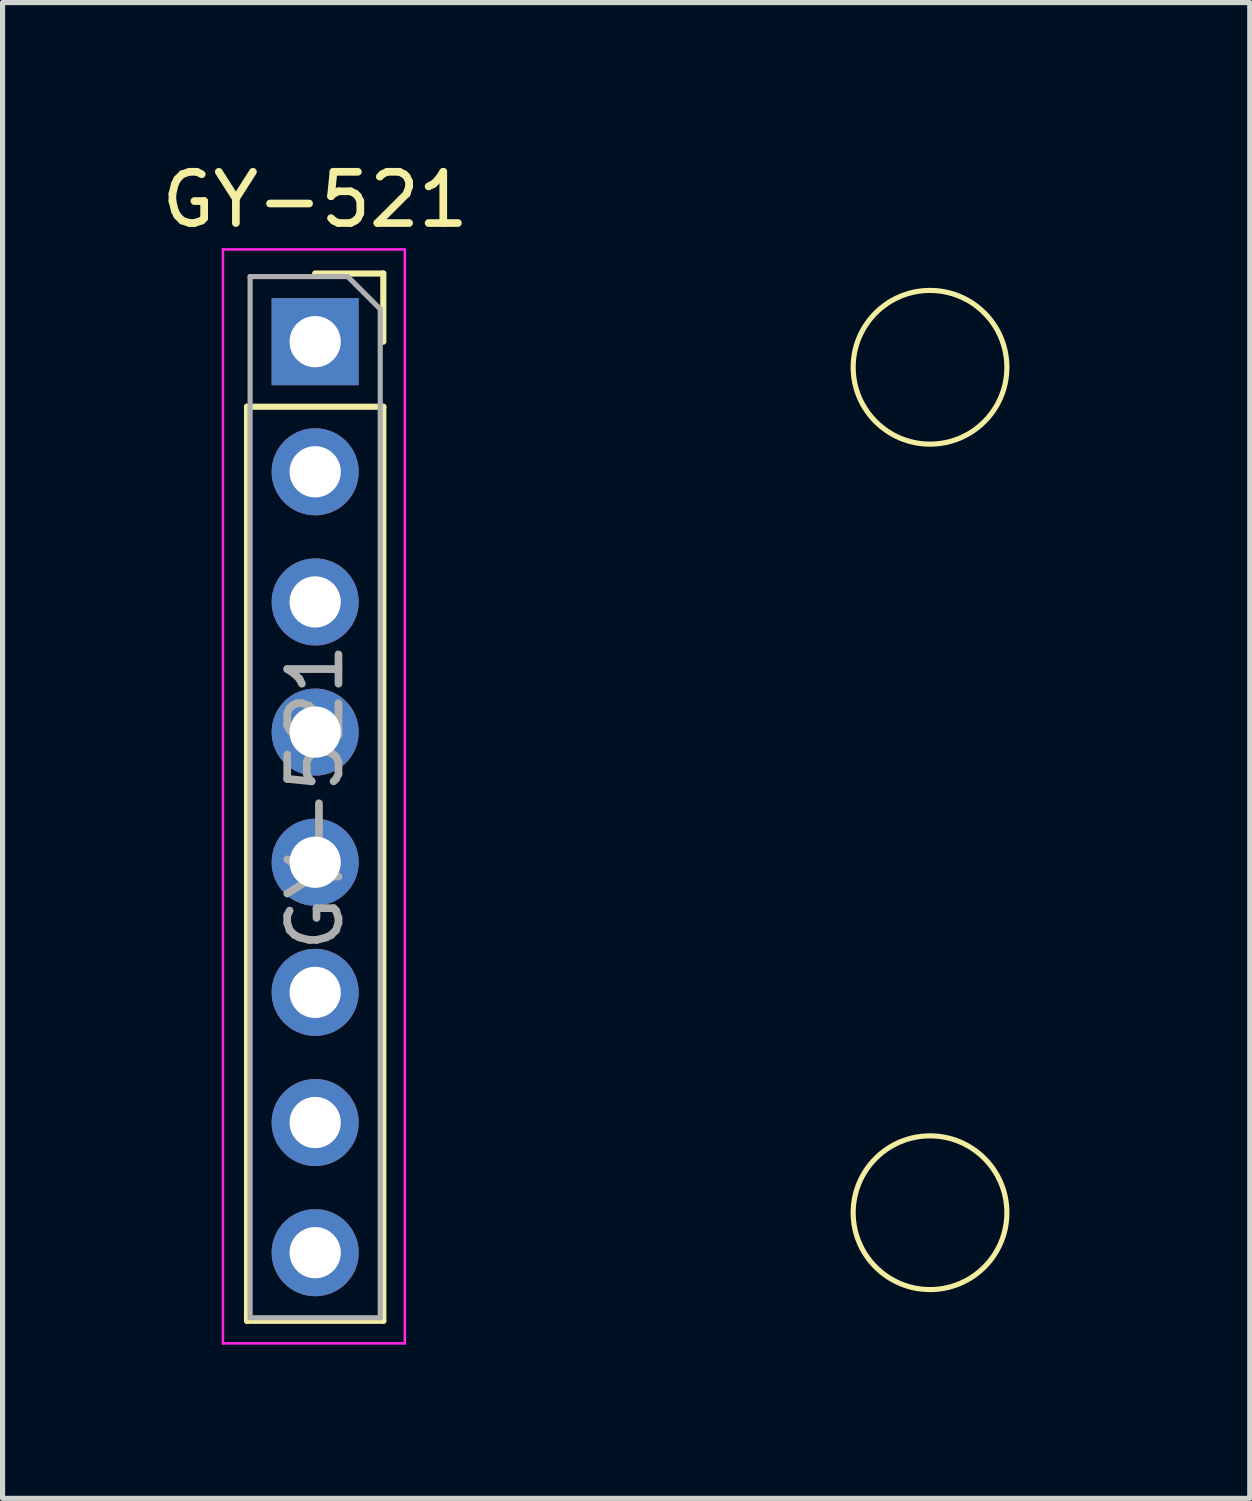
<source format=kicad_pcb>
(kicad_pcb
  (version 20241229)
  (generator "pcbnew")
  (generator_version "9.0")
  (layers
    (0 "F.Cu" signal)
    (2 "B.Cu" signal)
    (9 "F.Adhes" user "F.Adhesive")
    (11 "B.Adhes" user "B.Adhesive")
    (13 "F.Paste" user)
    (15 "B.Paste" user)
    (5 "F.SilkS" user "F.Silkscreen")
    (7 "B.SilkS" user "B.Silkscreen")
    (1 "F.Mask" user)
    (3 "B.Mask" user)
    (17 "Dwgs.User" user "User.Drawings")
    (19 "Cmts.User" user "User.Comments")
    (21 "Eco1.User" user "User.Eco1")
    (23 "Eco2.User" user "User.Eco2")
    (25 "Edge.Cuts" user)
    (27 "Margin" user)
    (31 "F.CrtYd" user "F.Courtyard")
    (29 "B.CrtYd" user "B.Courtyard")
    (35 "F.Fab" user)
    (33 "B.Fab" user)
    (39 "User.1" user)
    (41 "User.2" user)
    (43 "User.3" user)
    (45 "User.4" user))
  (footprint "GY-521"
    (placed yes)
    (layer "F.Cu")
    (at 3.101 3.618)
    (property "Reference" "GY-521" (at 0 -2.77 180) (layer "F.SilkS") (effects (font (size 1 1) (thickness 0.15))))
    (attr through_hole)
    (fp_line (start -1.33 1.27) (end -1.33 19.11) (stroke (width 0.12) (type solid)) (layer "F.SilkS"))
    (fp_line (start -1.33 1.27) (end 1.33 1.27) (stroke (width 0.12) (type solid)) (layer "F.SilkS"))
    (fp_line (start -1.33 19.11) (end 1.33 19.11) (stroke (width 0.12) (type solid)) (layer "F.SilkS"))
    (fp_line (start 0 -1.33) (end 1.33 -1.33) (stroke (width 0.12) (type solid)) (layer "F.SilkS"))
    (fp_line (start 1.33 -1.33) (end 1.33 0) (stroke (width 0.12) (type solid)) (layer "F.SilkS"))
    (fp_line (start 1.33 1.27) (end 1.33 19.11) (stroke (width 0.12) (type solid)) (layer "F.SilkS"))
    (fp_circle (center 12 0.5) (end 13.5 0.5) (stroke (width 0.1) (type default)) (fill no) (layer "F.SilkS"))
    (fp_circle (center 12 17) (end 13.5 17) (stroke (width 0.1) (type default)) (fill no) (layer "F.SilkS"))
    (fp_line (start -1.8 -1.8) (end 1.75 -1.8) (stroke (width 0.05) (type solid)) (layer "F.CrtYd"))
    (fp_line (start -1.8 19.55) (end -1.8 -1.8) (stroke (width 0.05) (type solid)) (layer "F.CrtYd"))
    (fp_line (start 1.75 -1.8) (end 1.75 19.55) (stroke (width 0.05) (type solid)) (layer "F.CrtYd"))
    (fp_line (start 1.75 19.55) (end -1.8 19.55) (stroke (width 0.05) (type solid)) (layer "F.CrtYd"))
    (fp_line (start -1.27 -1.27) (end 0.635 -1.27) (stroke (width 0.1) (type solid)) (layer "F.Fab"))
    (fp_line (start -1.27 19.05) (end -1.27 -1.27) (stroke (width 0.1) (type solid)) (layer "F.Fab"))
    (fp_line (start 0.635 -1.27) (end 1.27 -0.635) (stroke (width 0.1) (type solid)) (layer "F.Fab"))
    (fp_line (start 1.27 -0.635) (end 1.27 19.05) (stroke (width 0.1) (type solid)) (layer "F.Fab"))
    (fp_line (start 1.27 19.05) (end -1.27 19.05) (stroke (width 0.1) (type solid)) (layer "F.Fab"))
    (fp_text user "${REFERENCE}" (at 0 8.89 90) (layer "F.Fab") (effects (font (size 1 1) (thickness 0.15))))
    (pad "1" thru_hole rect (at 0 0) (size 1.7 1.7) (drill 1) (layers "*.Cu" "*.Mask"))
    (pad "2" thru_hole oval (at 0 2.54) (size 1.7 1.7) (drill 1) (layers "*.Cu" "*.Mask"))
    (pad "3" thru_hole oval (at 0 5.08) (size 1.7 1.7) (drill 1) (layers "*.Cu" "*.Mask"))
    (pad "4" thru_hole oval (at 0 7.62) (size 1.7 1.7) (drill 1) (layers "*.Cu" "*.Mask"))
    (pad "5" thru_hole oval (at 0 10.16) (size 1.7 1.7) (drill 1) (layers "*.Cu" "*.Mask"))
    (pad "6" thru_hole oval (at 0 12.7) (size 1.7 1.7) (drill 1) (layers "*.Cu" "*.Mask"))
    (pad "7" thru_hole oval (at 0 15.24) (size 1.7 1.7) (drill 1) (layers "*.Cu" "*.Mask"))
    (pad "8" thru_hole oval (at 0 17.78) (size 1.7 1.7) (drill 1) (layers "*.Cu" "*.Mask"))
    (zone (net_name "") (layers "F.Cu" "F.Mask" "B.Cu" "B.Mask" "F.SilkS" "B.SilkS" "F.Adhes" "B.Adhes" "F.Paste" "B.Paste") (hatch edge 0.5) (connect_pads) (min_thickness 0.25) (filled_areas_thickness no) (keepout (tracks not_allowed) (vias not_allowed) (pads not_allowed) (copperpour not_allowed) (footprints not_allowed)) (placement (enabled no)) (fill) (polygon (pts (xy 15.101 2.618) (xy 13.601 4.118) (xy 15.101 5.618) (xy 16.601 4.118))))
    (zone (net_name "") (layers "F.Cu" "F.Mask" "B.Cu" "B.Mask" "F.SilkS" "B.SilkS" "F.Adhes" "B.Adhes" "F.Paste" "B.Paste") (hatch edge 0.5) (connect_pads) (min_thickness 0.25) (filled_areas_thickness no) (keepout (tracks not_allowed) (vias not_allowed) (pads not_allowed) (copperpour not_allowed) (footprints not_allowed)) (placement (enabled no)) (fill) (polygon (pts (xy 15.101 19.118) (xy 16.601 20.618) (xy 15.101 22.118) (xy 13.601 20.618))))
    (zone (net_name "") (layer "F.SilkS") (hatch edge 0.5) (connect_pads) (min_thickness 0.25) (filled_areas_thickness no) (keepout (tracks allowed) (vias allowed) (pads allowed) (copperpour allowed) (footprints not_allowed)) (placement (enabled no)) (fill) (polygon (pts (xy 1.771 22.728) (xy 18.341 22.728) (xy 18.341 1.078) (xy 0.561 1.078) (xy 0.561 21.518)))))
  (gr_rect
    (start -3 -3)
    (end 21.341 26.193)
    (stroke (width 0.1) (type default))
    (fill no)
    (layer "Edge.Cuts")))
</source>
